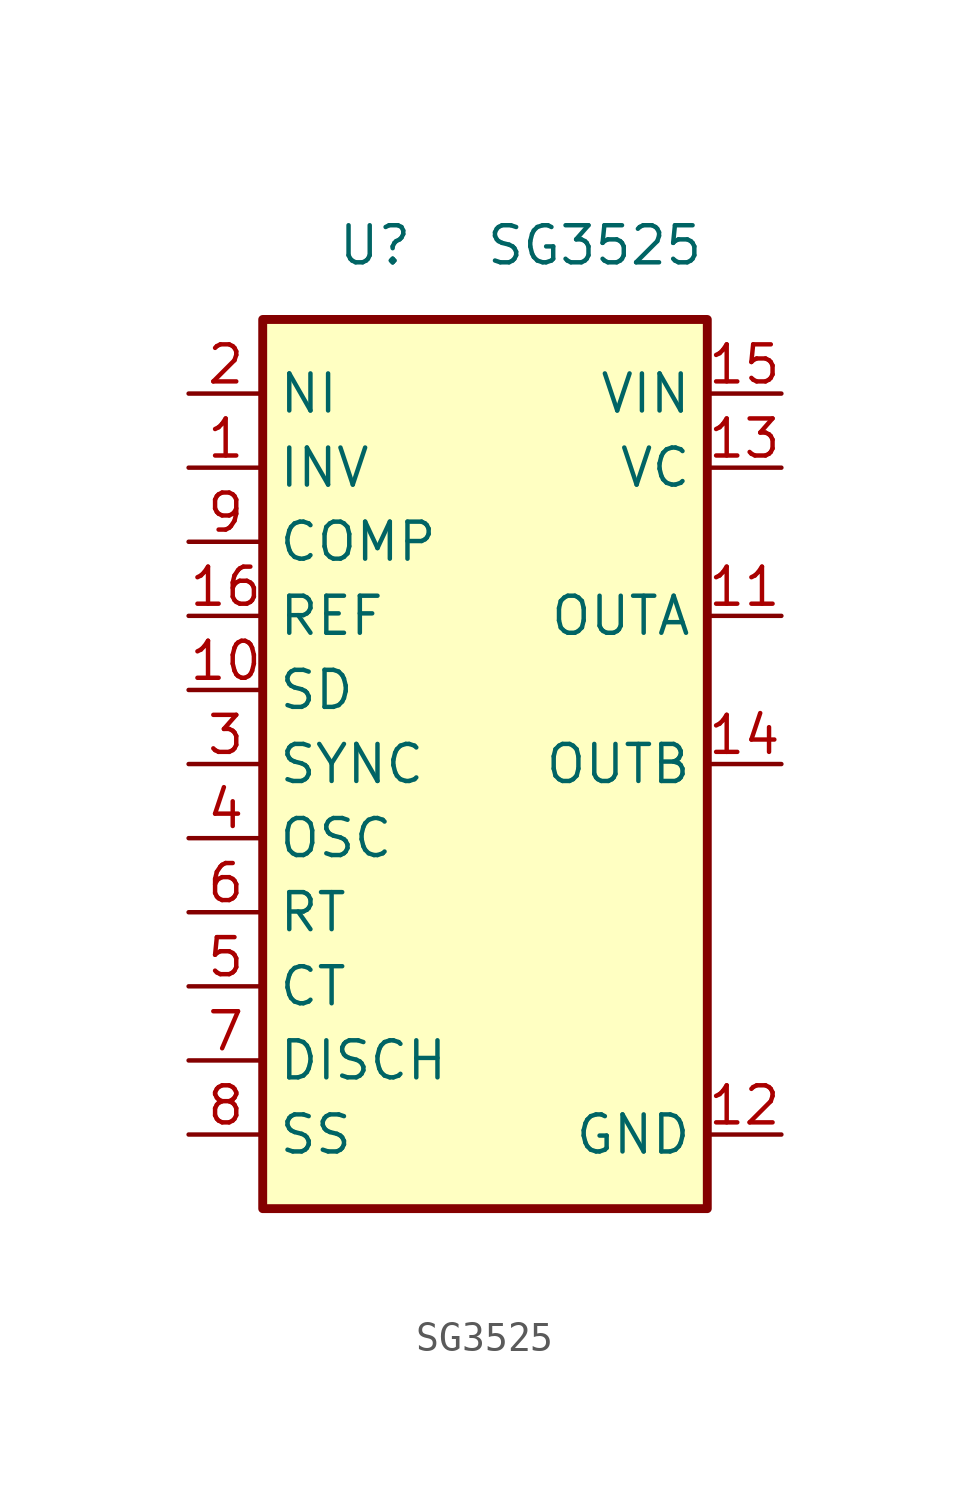
<source format=kicad_sym>
(kicad_symbol_lib
  (version 20220914)
  (generator kicad_symbol_editor)
  (symbol "SG3525"
    (property "Reference" "U"
      (at -5.08 17.78 0)
      (effects (font (size 1.27 1.27)) (justify left)))
    (property "Value" "SG3525"
      (at 0 17.78 0)
      (effects (font (size 1.27 1.27)) (justify left)))
    (symbol "SG3525_1_1"
      (rectangle (start -7.62 15.24) (end 7.62 -15.24) (stroke (width 0.305) (type default)) (fill (type background)))
      (pin input line (at -10.16 10.16 0) (length 2.54) (name "INV" (effects (font (size 1.27 1.27)))) (number "1" (effects (font (size 1.27 1.27)))))
      (pin passive line (at -10.16 2.54 0) (length 2.54) (name "SD" (effects (font (size 1.27 1.27)))) (number "10" (effects (font (size 1.27 1.27)))))
      (pin output line (at 10.16 5.08 180) (length 2.54) (name "OUTA" (effects (font (size 1.27 1.27)))) (number "11" (effects (font (size 1.27 1.27)))))
      (pin power_in line (at 10.16 -12.7 180) (length 2.54) (name "GND" (effects (font (size 1.27 1.27)))) (number "12" (effects (font (size 1.27 1.27)))))
      (pin power_in line (at 10.16 10.16 180) (length 2.54) (name "VC" (effects (font (size 1.27 1.27)))) (number "13" (effects (font (size 1.27 1.27)))))
      (pin output line (at 10.16 0 180) (length 2.54) (name "OUTB" (effects (font (size 1.27 1.27)))) (number "14" (effects (font (size 1.27 1.27)))))
      (pin power_in line (at 10.16 12.7 180) (length 2.54) (name "VIN" (effects (font (size 1.27 1.27)))) (number "15" (effects (font (size 1.27 1.27)))))
      (pin power_in line (at -10.16 5.08 0) (length 2.54) (name "REF" (effects (font (size 1.27 1.27)))) (number "16" (effects (font (size 1.27 1.27)))))
      (pin input line (at -10.16 12.7 0) (length 2.54) (name "NI" (effects (font (size 1.27 1.27)))) (number "2" (effects (font (size 1.27 1.27)))))
      (pin passive line (at -10.16 0 0) (length 2.54) (name "SYNC" (effects (font (size 1.27 1.27)))) (number "3" (effects (font (size 1.27 1.27)))))
      (pin output line (at -10.16 -2.54 0) (length 2.54) (name "OSC" (effects (font (size 1.27 1.27)))) (number "4" (effects (font (size 1.27 1.27)))))
      (pin passive line (at -10.16 -7.62 0) (length 2.54) (name "CT" (effects (font (size 1.27 1.27)))) (number "5" (effects (font (size 1.27 1.27)))))
      (pin passive line (at -10.16 -5.08 0) (length 2.54) (name "RT" (effects (font (size 1.27 1.27)))) (number "6" (effects (font (size 1.27 1.27)))))
      (pin open_collector line (at -10.16 -10.16 0) (length 2.54) (name "DISCH" (effects (font (size 1.27 1.27)))) (number "7" (effects (font (size 1.27 1.27)))))
      (pin passive line (at -10.16 -12.7 0) (length 2.54) (name "SS" (effects (font (size 1.27 1.27)))) (number "8" (effects (font (size 1.27 1.27)))))
      (pin passive line (at -10.16 7.62 0) (length 2.54) (name "COMP" (effects (font (size 1.27 1.27)))) (number "9" (effects (font (size 1.27 1.27))))))))
</source>
